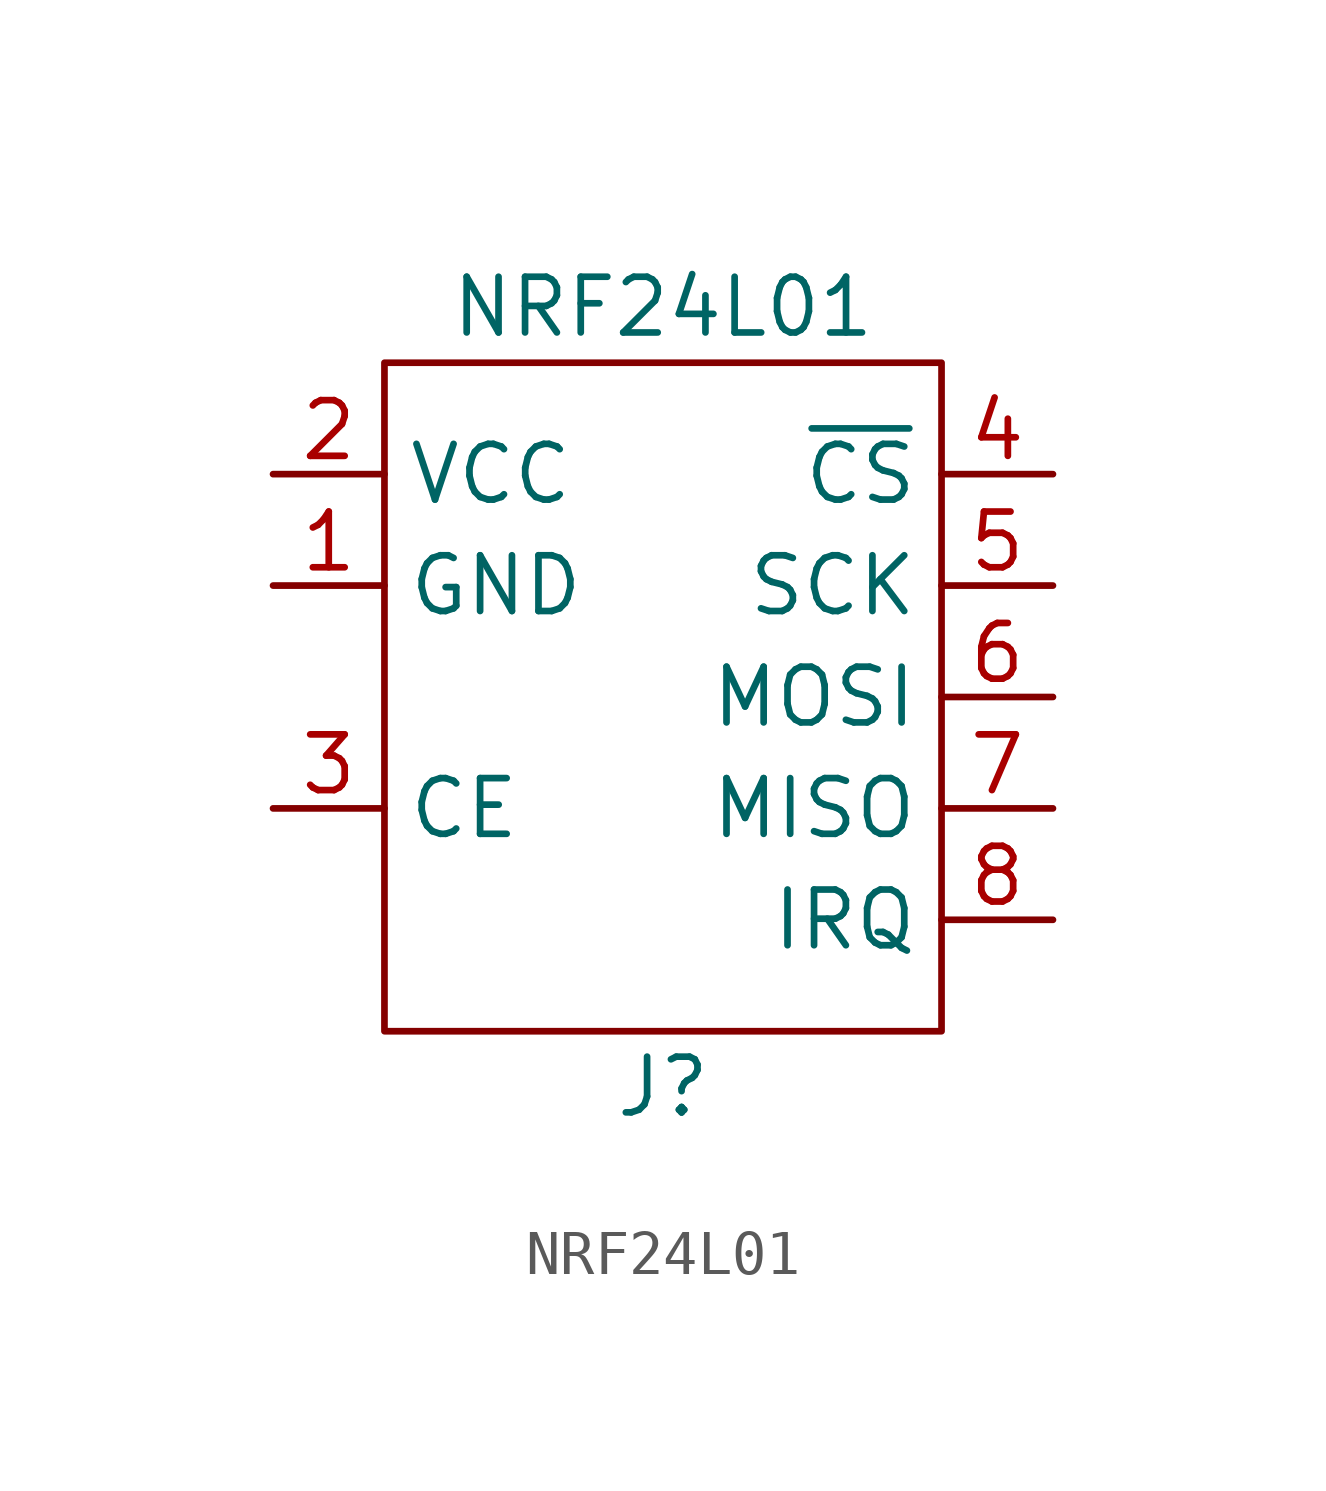
<source format=kicad_sym>
(kicad_symbol_lib
  (version 20211014)
  (generator kicad_symbol_editor)
  (symbol "NRF24L01"
    (property "Reference" "J"
      (at 0 -7.62 0)
      (effects (font (size 1.27 1.27))))
    (property "Value" "NRF24L01"
      (at 0 10.16 0)
      (effects (font (size 1.27 1.27))))
    (symbol "NRF24L01_0_1"
      (rectangle (start -6.35 8.89) (end 6.35 -6.35) (stroke (width 0) (type default) (color 0 0 0 0)) (fill (type none))))
    (symbol "NRF24L01_1_1"
      (pin power_in line (at -8.89 3.81 0) (length 2.54) (name "GND" (effects (font (size 1.27 1.27)))) (number "1" (effects (font (size 1.27 1.27)))))
      (pin power_in line (at -8.89 6.35 0) (length 2.54) (name "VCC" (effects (font (size 1.27 1.27)))) (number "2" (effects (font (size 1.27 1.27)))))
      (pin input line (at -8.89 -1.27 0) (length 2.54) (name "CE" (effects (font (size 1.27 1.27)))) (number "3" (effects (font (size 1.27 1.27)))))
      (pin input line (at 8.89 6.35 180) (length 2.54) (name "~{CS}" (effects (font (size 1.27 1.27)))) (number "4" (effects (font (size 1.27 1.27)))))
      (pin input line (at 8.89 3.81 180) (length 2.54) (name "SCK" (effects (font (size 1.27 1.27)))) (number "5" (effects (font (size 1.27 1.27)))))
      (pin input line (at 8.89 1.27 180) (length 2.54) (name "MOSI" (effects (font (size 1.27 1.27)))) (number "6" (effects (font (size 1.27 1.27)))))
      (pin output line (at 8.89 -1.27 180) (length 2.54) (name "MISO" (effects (font (size 1.27 1.27)))) (number "7" (effects (font (size 1.27 1.27)))))
      (pin output line (at 8.89 -3.81 180) (length 2.54) (name "IRQ" (effects (font (size 1.27 1.27)))) (number "8" (effects (font (size 1.27 1.27))))))))
</source>
